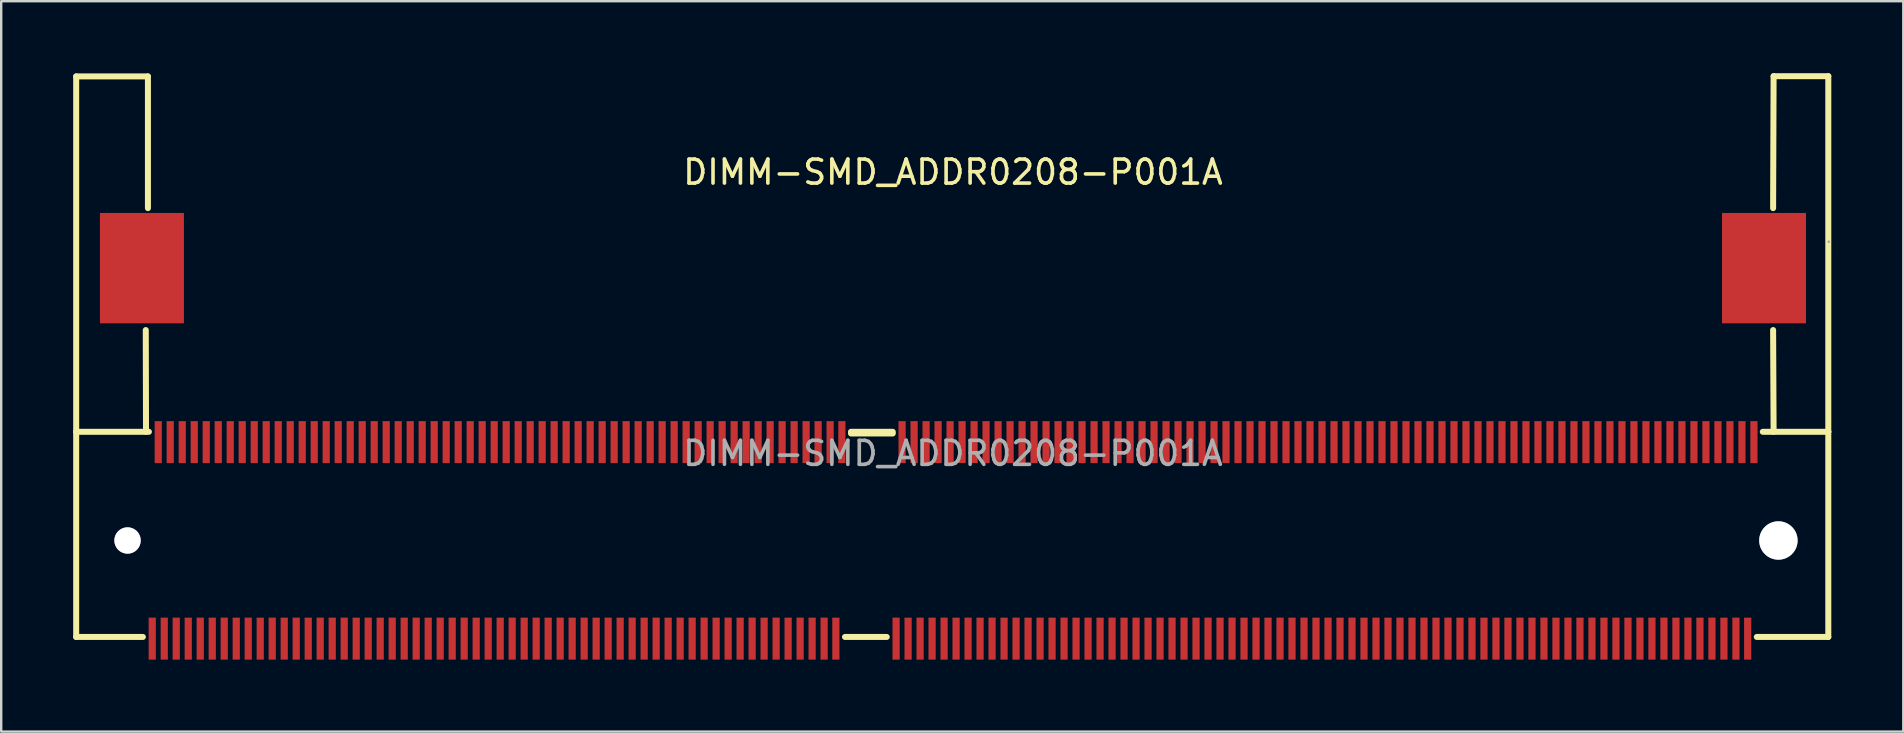
<source format=kicad_pcb>
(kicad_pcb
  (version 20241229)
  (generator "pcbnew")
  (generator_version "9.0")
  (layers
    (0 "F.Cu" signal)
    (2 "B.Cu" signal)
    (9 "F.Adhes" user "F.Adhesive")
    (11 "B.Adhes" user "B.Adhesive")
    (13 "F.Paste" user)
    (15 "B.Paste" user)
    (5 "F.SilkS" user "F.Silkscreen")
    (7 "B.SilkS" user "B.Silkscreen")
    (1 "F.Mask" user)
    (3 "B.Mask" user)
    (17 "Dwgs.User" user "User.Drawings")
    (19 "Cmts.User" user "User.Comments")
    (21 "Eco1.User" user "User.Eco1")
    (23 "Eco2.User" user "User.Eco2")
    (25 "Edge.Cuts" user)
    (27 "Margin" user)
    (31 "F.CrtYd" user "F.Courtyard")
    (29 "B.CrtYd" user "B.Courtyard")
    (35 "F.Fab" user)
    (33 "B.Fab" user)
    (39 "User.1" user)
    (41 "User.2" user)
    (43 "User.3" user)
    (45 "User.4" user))
  (footprint "DIMM-SMD_ADDR0208-P001A"
    (layer "F.Cu")
    (at 36.665 15.845)
    (property "Reference" "DIMM-SMD_ADDR0208-P001A" (at 0 -11.72 0) (layer "F.SilkS") (effects (font (size 1 1) (thickness 0.15))))
    (attr smd)
    (fp_line (start -36.54 -15.71) (end -33.55 -15.71) (stroke (width 0.25) (type solid)) (layer "F.SilkS"))
    (fp_line (start -36.54 -0.9) (end -36.54 -15.71) (stroke (width 0.25) (type solid)) (layer "F.SilkS"))
    (fp_line (start -36.54 -0.9) (end -33.51 -0.9) (stroke (width 0.25) (type solid)) (layer "F.SilkS"))
    (fp_line (start -36.54 7.65) (end -36.54 -0.9) (stroke (width 0.25) (type solid)) (layer "F.SilkS"))
    (fp_line (start -33.76 7.65) (end -36.54 7.65) (stroke (width 0.25) (type solid)) (layer "F.SilkS"))
    (fp_line (start -33.64 -5.14) (end -33.63 -0.9) (stroke (width 0.25) (type solid)) (layer "F.SilkS"))
    (fp_line (start -33.55 -15.71) (end -33.55 -10.22) (stroke (width 0.25) (type solid)) (layer "F.SilkS"))
    (fp_line (start -4.25 -0.9) (end -2.51 -0.9) (stroke (width 0.25) (type solid)) (layer "F.SilkS"))
    (fp_line (start -4.25 -0.83) (end -2.51 -0.83) (stroke (width 0.25) (type solid)) (layer "F.SilkS"))
    (fp_line (start -2.76 7.65) (end -4.5 7.65) (stroke (width 0.25) (type solid)) (layer "F.SilkS"))
    (fp_line (start 33.75 -0.9) (end 36.48 -0.9) (stroke (width 0.25) (type solid)) (layer "F.SilkS"))
    (fp_line (start 34.18 -5.14) (end 34.2 -0.9) (stroke (width 0.25) (type solid)) (layer "F.SilkS"))
    (fp_line (start 34.2 -15.72) (end 34.18 -10.22) (stroke (width 0.25) (type solid)) (layer "F.SilkS"))
    (fp_line (start 36.48 -15.72) (end 34.2 -15.72) (stroke (width 0.25) (type solid)) (layer "F.SilkS"))
    (fp_line (start 36.48 -0.9) (end 36.48 -15.72) (stroke (width 0.25) (type solid)) (layer "F.SilkS"))
    (fp_line (start 36.48 -0.9) (end 36.48 7.65) (stroke (width 0.25) (type solid)) (layer "F.SilkS"))
    (fp_line (start 36.48 7.65) (end 33.5 7.65) (stroke (width 0.25) (type solid)) (layer "F.SilkS"))
    (fp_circle (center -34.4 3.63) (end -34.17 3.63) (stroke (width 0.45) (type solid)) (fill no) (layer "Cmts.User"))
    (fp_circle (center 34.4 3.63) (end 34.75 3.63) (stroke (width 0.7) (type solid)) (fill no) (layer "Cmts.User"))
    (fp_circle (center 36.5 -8.82) (end 36.53 -8.82) (stroke (width 0.06) (type solid)) (fill no) (layer "F.Fab"))
    (fp_text user "${REFERENCE}" (at 0 0 0) (layer "F.Fab") (effects (font (size 1 1) (thickness 0.15))))
    (pad "" thru_hole circle (at -34.4 3.63) (size 1.1 1.1) (drill 1.1) (layers "*.Cu" "*.Mask"))
    (pad "" thru_hole circle (at 34.4 3.63) (size 1.6 1.6) (drill 1.6) (layers "*.Cu" "*.Mask"))
    (pad "1" smd rect (at 33.38 -0.47 180) (size 0.3 1.75) (layers "F.Cu" "F.Mask" "F.Paste"))
    (pad "2" smd rect (at 33.12 7.72 180) (size 0.3 1.75) (layers "F.Cu" "F.Mask" "F.Paste"))
    (pad "3" smd rect (at 32.88 -0.47 180) (size 0.3 1.75) (layers "F.Cu" "F.Mask" "F.Paste"))
    (pad "4" smd rect (at 32.63 7.72 180) (size 0.3 1.75) (layers "F.Cu" "F.Mask" "F.Paste"))
    (pad "5" smd rect (at 32.38 -0.47 180) (size 0.3 1.75) (layers "F.Cu" "F.Mask" "F.Paste"))
    (pad "6" smd rect (at 32.13 7.72 180) (size 0.3 1.75) (layers "F.Cu" "F.Mask" "F.Paste"))
    (pad "7" smd rect (at 31.88 -0.47 180) (size 0.3 1.75) (layers "F.Cu" "F.Mask" "F.Paste"))
    (pad "8" smd rect (at 31.63 7.72 180) (size 0.3 1.75) (layers "F.Cu" "F.Mask" "F.Paste"))
    (pad "9" smd rect (at 31.38 -0.47 180) (size 0.3 1.75) (layers "F.Cu" "F.Mask" "F.Paste"))
    (pad "10" smd rect (at 31.13 7.72 180) (size 0.3 1.75) (layers "F.Cu" "F.Mask" "F.Paste"))
    (pad "11" smd rect (at 30.88 -0.47 180) (size 0.3 1.75) (layers "F.Cu" "F.Mask" "F.Paste"))
    (pad "12" smd rect (at 30.63 7.72 180) (size 0.3 1.75) (layers "F.Cu" "F.Mask" "F.Paste"))
    (pad "13" smd rect (at 30.38 -0.47 180) (size 0.3 1.75) (layers "F.Cu" "F.Mask" "F.Paste"))
    (pad "14" smd rect (at 30.13 7.72 180) (size 0.3 1.75) (layers "F.Cu" "F.Mask" "F.Paste"))
    (pad "15" smd rect (at 29.88 -0.47 180) (size 0.3 1.75) (layers "F.Cu" "F.Mask" "F.Paste"))
    (pad "16" smd rect (at 29.63 7.72 180) (size 0.3 1.75) (layers "F.Cu" "F.Mask" "F.Paste"))
    (pad "17" smd rect (at 29.38 -0.47 180) (size 0.3 1.75) (layers "F.Cu" "F.Mask" "F.Paste"))
    (pad "18" smd rect (at 29.13 7.72 180) (size 0.3 1.75) (layers "F.Cu" "F.Mask" "F.Paste"))
    (pad "19" smd rect (at 28.88 -0.47 180) (size 0.3 1.75) (layers "F.Cu" "F.Mask" "F.Paste"))
    (pad "20" smd rect (at 28.63 7.72 180) (size 0.3 1.75) (layers "F.Cu" "F.Mask" "F.Paste"))
    (pad "21" smd rect (at 28.38 -0.47 180) (size 0.3 1.75) (layers "F.Cu" "F.Mask" "F.Paste"))
    (pad "22" smd rect (at 28.13 7.72 180) (size 0.3 1.75) (layers "F.Cu" "F.Mask" "F.Paste"))
    (pad "23" smd rect (at 27.88 -0.47 180) (size 0.3 1.75) (layers "F.Cu" "F.Mask" "F.Paste"))
    (pad "24" smd rect (at 27.63 7.72 180) (size 0.3 1.75) (layers "F.Cu" "F.Mask" "F.Paste"))
    (pad "25" smd rect (at 27.38 -0.47 180) (size 0.3 1.75) (layers "F.Cu" "F.Mask" "F.Paste"))
    (pad "26" smd rect (at 27.13 7.72 180) (size 0.3 1.75) (layers "F.Cu" "F.Mask" "F.Paste"))
    (pad "27" smd rect (at 26.88 -0.47 180) (size 0.3 1.75) (layers "F.Cu" "F.Mask" "F.Paste"))
    (pad "28" smd rect (at 26.63 7.72 180) (size 0.3 1.75) (layers "F.Cu" "F.Mask" "F.Paste"))
    (pad "29" smd rect (at 26.38 -0.47 180) (size 0.3 1.75) (layers "F.Cu" "F.Mask" "F.Paste"))
    (pad "30" smd rect (at 26.13 7.72 180) (size 0.3 1.75) (layers "F.Cu" "F.Mask" "F.Paste"))
    (pad "31" smd rect (at 25.88 -0.47 180) (size 0.3 1.75) (layers "F.Cu" "F.Mask" "F.Paste"))
    (pad "32" smd rect (at 25.63 7.72 180) (size 0.3 1.75) (layers "F.Cu" "F.Mask" "F.Paste"))
    (pad "33" smd rect (at 25.38 -0.47 180) (size 0.3 1.75) (layers "F.Cu" "F.Mask" "F.Paste"))
    (pad "34" smd rect (at 25.13 7.72 180) (size 0.3 1.75) (layers "F.Cu" "F.Mask" "F.Paste"))
    (pad "35" smd rect (at 24.88 -0.47 180) (size 0.3 1.75) (layers "F.Cu" "F.Mask" "F.Paste"))
    (pad "36" smd rect (at 24.63 7.72 180) (size 0.3 1.75) (layers "F.Cu" "F.Mask" "F.Paste"))
    (pad "37" smd rect (at 24.38 -0.47 180) (size 0.3 1.75) (layers "F.Cu" "F.Mask" "F.Paste"))
    (pad "38" smd rect (at 24.13 7.72 180) (size 0.3 1.75) (layers "F.Cu" "F.Mask" "F.Paste"))
    (pad "39" smd rect (at 23.88 -0.47 180) (size 0.3 1.75) (layers "F.Cu" "F.Mask" "F.Paste"))
    (pad "40" smd rect (at 23.63 7.72 180) (size 0.3 1.75) (layers "F.Cu" "F.Mask" "F.Paste"))
    (pad "41" smd rect (at 23.38 -0.47 180) (size 0.3 1.75) (layers "F.Cu" "F.Mask" "F.Paste"))
    (pad "42" smd rect (at 23.13 7.72 180) (size 0.3 1.75) (layers "F.Cu" "F.Mask" "F.Paste"))
    (pad "43" smd rect (at 22.88 -0.47 180) (size 0.3 1.75) (layers "F.Cu" "F.Mask" "F.Paste"))
    (pad "44" smd rect (at 22.63 7.72 180) (size 0.3 1.75) (layers "F.Cu" "F.Mask" "F.Paste"))
    (pad "45" smd rect (at 22.38 -0.47 180) (size 0.3 1.75) (layers "F.Cu" "F.Mask" "F.Paste"))
    (pad "46" smd rect (at 22.13 7.72 180) (size 0.3 1.75) (layers "F.Cu" "F.Mask" "F.Paste"))
    (pad "47" smd rect (at 21.88 -0.47 180) (size 0.3 1.75) (layers "F.Cu" "F.Mask" "F.Paste"))
    (pad "48" smd rect (at 21.63 7.72 180) (size 0.3 1.75) (layers "F.Cu" "F.Mask" "F.Paste"))
    (pad "49" smd rect (at 21.38 -0.47 180) (size 0.3 1.75) (layers "F.Cu" "F.Mask" "F.Paste"))
    (pad "50" smd rect (at 21.13 7.72 180) (size 0.3 1.75) (layers "F.Cu" "F.Mask" "F.Paste"))
    (pad "51" smd rect (at 20.88 -0.47 180) (size 0.3 1.75) (layers "F.Cu" "F.Mask" "F.Paste"))
    (pad "52" smd rect (at 20.63 7.72 180) (size 0.3 1.75) (layers "F.Cu" "F.Mask" "F.Paste"))
    (pad "53" smd rect (at 20.38 -0.47 180) (size 0.3 1.75) (layers "F.Cu" "F.Mask" "F.Paste"))
    (pad "54" smd rect (at 20.13 7.72 180) (size 0.3 1.75) (layers "F.Cu" "F.Mask" "F.Paste"))
    (pad "55" smd rect (at 19.88 -0.47 180) (size 0.3 1.75) (layers "F.Cu" "F.Mask" "F.Paste"))
    (pad "56" smd rect (at 19.63 7.72 180) (size 0.3 1.75) (layers "F.Cu" "F.Mask" "F.Paste"))
    (pad "57" smd rect (at 19.38 -0.47 180) (size 0.3 1.75) (layers "F.Cu" "F.Mask" "F.Paste"))
    (pad "58" smd rect (at 19.13 7.72 180) (size 0.3 1.75) (layers "F.Cu" "F.Mask" "F.Paste"))
    (pad "59" smd rect (at 18.88 -0.47 180) (size 0.3 1.75) (layers "F.Cu" "F.Mask" "F.Paste"))
    (pad "60" smd rect (at 18.63 7.72 180) (size 0.3 1.75) (layers "F.Cu" "F.Mask" "F.Paste"))
    (pad "61" smd rect (at 18.38 -0.47 180) (size 0.3 1.75) (layers "F.Cu" "F.Mask" "F.Paste"))
    (pad "62" smd rect (at 18.13 7.72 180) (size 0.3 1.75) (layers "F.Cu" "F.Mask" "F.Paste"))
    (pad "63" smd rect (at 17.88 -0.47 180) (size 0.3 1.75) (layers "F.Cu" "F.Mask" "F.Paste"))
    (pad "64" smd rect (at 17.63 7.72 180) (size 0.3 1.75) (layers "F.Cu" "F.Mask" "F.Paste"))
    (pad "65" smd rect (at 17.38 -0.47 180) (size 0.3 1.75) (layers "F.Cu" "F.Mask" "F.Paste"))
    (pad "66" smd rect (at 17.13 7.72 180) (size 0.3 1.75) (layers "F.Cu" "F.Mask" "F.Paste"))
    (pad "67" smd rect (at 16.88 -0.47 180) (size 0.3 1.75) (layers "F.Cu" "F.Mask" "F.Paste"))
    (pad "68" smd rect (at 16.63 7.72 180) (size 0.3 1.75) (layers "F.Cu" "F.Mask" "F.Paste"))
    (pad "69" smd rect (at 16.38 -0.47 180) (size 0.3 1.75) (layers "F.Cu" "F.Mask" "F.Paste"))
    (pad "70" smd rect (at 16.13 7.72 180) (size 0.3 1.75) (layers "F.Cu" "F.Mask" "F.Paste"))
    (pad "71" smd rect (at 15.88 -0.47 180) (size 0.3 1.75) (layers "F.Cu" "F.Mask" "F.Paste"))
    (pad "72" smd rect (at 15.63 7.72 180) (size 0.3 1.75) (layers "F.Cu" "F.Mask" "F.Paste"))
    (pad "73" smd rect (at 15.38 -0.47 180) (size 0.3 1.75) (layers "F.Cu" "F.Mask" "F.Paste"))
    (pad "74" smd rect (at 15.13 7.72 180) (size 0.3 1.75) (layers "F.Cu" "F.Mask" "F.Paste"))
    (pad "75" smd rect (at 14.88 -0.47 180) (size 0.3 1.75) (layers "F.Cu" "F.Mask" "F.Paste"))
    (pad "76" smd rect (at 14.63 7.72 180) (size 0.3 1.75) (layers "F.Cu" "F.Mask" "F.Paste"))
    (pad "77" smd rect (at 14.38 -0.47 180) (size 0.3 1.75) (layers "F.Cu" "F.Mask" "F.Paste"))
    (pad "78" smd rect (at 14.13 7.72 180) (size 0.3 1.75) (layers "F.Cu" "F.Mask" "F.Paste"))
    (pad "79" smd rect (at 13.88 -0.47 180) (size 0.3 1.75) (layers "F.Cu" "F.Mask" "F.Paste"))
    (pad "80" smd rect (at 13.63 7.72 180) (size 0.3 1.75) (layers "F.Cu" "F.Mask" "F.Paste"))
    (pad "81" smd rect (at 13.38 -0.47 180) (size 0.3 1.75) (layers "F.Cu" "F.Mask" "F.Paste"))
    (pad "82" smd rect (at 13.13 7.72 180) (size 0.3 1.75) (layers "F.Cu" "F.Mask" "F.Paste"))
    (pad "83" smd rect (at 12.88 -0.47 180) (size 0.3 1.75) (layers "F.Cu" "F.Mask" "F.Paste"))
    (pad "84" smd rect (at 12.63 7.72 180) (size 0.3 1.75) (layers "F.Cu" "F.Mask" "F.Paste"))
    (pad "85" smd rect (at 12.38 -0.47 180) (size 0.3 1.75) (layers "F.Cu" "F.Mask" "F.Paste"))
    (pad "86" smd rect (at 12.13 7.72 180) (size 0.3 1.75) (layers "F.Cu" "F.Mask" "F.Paste"))
    (pad "87" smd rect (at 11.88 -0.47 180) (size 0.3 1.75) (layers "F.Cu" "F.Mask" "F.Paste"))
    (pad "88" smd rect (at 11.63 7.72 180) (size 0.3 1.75) (layers "F.Cu" "F.Mask" "F.Paste"))
    (pad "89" smd rect (at 11.38 -0.47 180) (size 0.3 1.75) (layers "F.Cu" "F.Mask" "F.Paste"))
    (pad "90" smd rect (at 11.13 7.72 180) (size 0.3 1.75) (layers "F.Cu" "F.Mask" "F.Paste"))
    (pad "91" smd rect (at 10.88 -0.47 180) (size 0.3 1.75) (layers "F.Cu" "F.Mask" "F.Paste"))
    (pad "92" smd rect (at 10.63 7.72 180) (size 0.3 1.75) (layers "F.Cu" "F.Mask" "F.Paste"))
    (pad "93" smd rect (at 10.38 -0.47 180) (size 0.3 1.75) (layers "F.Cu" "F.Mask" "F.Paste"))
    (pad "94" smd rect (at 10.13 7.72 180) (size 0.3 1.75) (layers "F.Cu" "F.Mask" "F.Paste"))
    (pad "95" smd rect (at 9.88 -0.47 180) (size 0.3 1.75) (layers "F.Cu" "F.Mask" "F.Paste"))
    (pad "96" smd rect (at 9.63 7.72 180) (size 0.3 1.75) (layers "F.Cu" "F.Mask" "F.Paste"))
    (pad "97" smd rect (at 9.38 -0.47 180) (size 0.3 1.75) (layers "F.Cu" "F.Mask" "F.Paste"))
    (pad "98" smd rect (at 9.13 7.72 180) (size 0.3 1.75) (layers "F.Cu" "F.Mask" "F.Paste"))
    (pad "99" smd rect (at 8.88 -0.47 180) (size 0.3 1.75) (layers "F.Cu" "F.Mask" "F.Paste"))
    (pad "100" smd rect (at 8.63 7.72 180) (size 0.3 1.75) (layers "F.Cu" "F.Mask" "F.Paste"))
    (pad "101" smd rect (at 8.38 -0.47 180) (size 0.3 1.75) (layers "F.Cu" "F.Mask" "F.Paste"))
    (pad "102" smd rect (at 8.13 7.72 180) (size 0.3 1.75) (layers "F.Cu" "F.Mask" "F.Paste"))
    (pad "103" smd rect (at 7.88 -0.47 180) (size 0.3 1.75) (layers "F.Cu" "F.Mask" "F.Paste"))
    (pad "104" smd rect (at 7.63 7.72 180) (size 0.3 1.75) (layers "F.Cu" "F.Mask" "F.Paste"))
    (pad "105" smd rect (at 7.38 -0.47 180) (size 0.3 1.75) (layers "F.Cu" "F.Mask" "F.Paste"))
    (pad "106" smd rect (at 7.13 7.72 180) (size 0.3 1.75) (layers "F.Cu" "F.Mask" "F.Paste"))
    (pad "107" smd rect (at 6.88 -0.47 180) (size 0.3 1.75) (layers "F.Cu" "F.Mask" "F.Paste"))
    (pad "108" smd rect (at 6.63 7.72 180) (size 0.3 1.75) (layers "F.Cu" "F.Mask" "F.Paste"))
    (pad "109" smd rect (at 6.38 -0.47 180) (size 0.3 1.75) (layers "F.Cu" "F.Mask" "F.Paste"))
    (pad "110" smd rect (at 6.13 7.72 180) (size 0.3 1.75) (layers "F.Cu" "F.Mask" "F.Paste"))
    (pad "111" smd rect (at 5.88 -0.47 180) (size 0.3 1.75) (layers "F.Cu" "F.Mask" "F.Paste"))
    (pad "112" smd rect (at 5.63 7.72 180) (size 0.3 1.75) (layers "F.Cu" "F.Mask" "F.Paste"))
    (pad "113" smd rect (at 5.38 -0.47 180) (size 0.3 1.75) (layers "F.Cu" "F.Mask" "F.Paste"))
    (pad "114" smd rect (at 5.13 7.72 180) (size 0.3 1.75) (layers "F.Cu" "F.Mask" "F.Paste"))
    (pad "115" smd rect (at 4.88 -0.47 180) (size 0.3 1.75) (layers "F.Cu" "F.Mask" "F.Paste"))
    (pad "116" smd rect (at 4.63 7.72 180) (size 0.3 1.75) (layers "F.Cu" "F.Mask" "F.Paste"))
    (pad "117" smd rect (at 4.38 -0.47 180) (size 0.3 1.75) (layers "F.Cu" "F.Mask" "F.Paste"))
    (pad "118" smd rect (at 4.13 7.72 180) (size 0.3 1.75) (layers "F.Cu" "F.Mask" "F.Paste"))
    (pad "119" smd rect (at 3.88 -0.47 180) (size 0.3 1.75) (layers "F.Cu" "F.Mask" "F.Paste"))
    (pad "120" smd rect (at 3.63 7.72 180) (size 0.3 1.75) (layers "F.Cu" "F.Mask" "F.Paste"))
    (pad "121" smd rect (at 3.38 -0.47 180) (size 0.3 1.75) (layers "F.Cu" "F.Mask" "F.Paste"))
    (pad "122" smd rect (at 3.13 7.72 180) (size 0.3 1.75) (layers "F.Cu" "F.Mask" "F.Paste"))
    (pad "123" smd rect (at 2.88 -0.47 180) (size 0.3 1.75) (layers "F.Cu" "F.Mask" "F.Paste"))
    (pad "124" smd rect (at 2.63 7.72 180) (size 0.3 1.75) (layers "F.Cu" "F.Mask" "F.Paste"))
    (pad "125" smd rect (at 2.38 -0.47 180) (size 0.3 1.75) (layers "F.Cu" "F.Mask" "F.Paste"))
    (pad "126" smd rect (at 2.13 7.72 180) (size 0.3 1.75) (layers "F.Cu" "F.Mask" "F.Paste"))
    (pad "127" smd rect (at 1.88 -0.47 180) (size 0.3 1.75) (layers "F.Cu" "F.Mask" "F.Paste"))
    (pad "128" smd rect (at 1.63 7.72 180) (size 0.3 1.75) (layers "F.Cu" "F.Mask" "F.Paste"))
    (pad "129" smd rect (at 1.38 -0.47 180) (size 0.3 1.75) (layers "F.Cu" "F.Mask" "F.Paste"))
    (pad "130" smd rect (at 1.13 7.72 180) (size 0.3 1.75) (layers "F.Cu" "F.Mask" "F.Paste"))
    (pad "131" smd rect (at 0.88 -0.47 180) (size 0.3 1.75) (layers "F.Cu" "F.Mask" "F.Paste"))
    (pad "132" smd rect (at 0.63 7.72 180) (size 0.3 1.75) (layers "F.Cu" "F.Mask" "F.Paste"))
    (pad "133" smd rect (at 0.38 -0.47 180) (size 0.3 1.75) (layers "F.Cu" "F.Mask" "F.Paste"))
    (pad "134" smd rect (at 0.13 7.72 180) (size 0.3 1.75) (layers "F.Cu" "F.Mask" "F.Paste"))
    (pad "135" smd rect (at -0.12 -0.47 180) (size 0.3 1.75) (layers "F.Cu" "F.Mask" "F.Paste"))
    (pad "136" smd rect (at -0.37 7.72 180) (size 0.3 1.75) (layers "F.Cu" "F.Mask" "F.Paste"))
    (pad "137" smd rect (at -0.62 -0.47 180) (size 0.3 1.75) (layers "F.Cu" "F.Mask" "F.Paste"))
    (pad "138" smd rect (at -0.87 7.72 180) (size 0.3 1.75) (layers "F.Cu" "F.Mask" "F.Paste"))
    (pad "139" smd rect (at -1.12 -0.47 180) (size 0.3 1.75) (layers "F.Cu" "F.Mask" "F.Paste"))
    (pad "140" smd rect (at -1.37 7.72 180) (size 0.3 1.75) (layers "F.Cu" "F.Mask" "F.Paste"))
    (pad "141" smd rect (at -1.62 -0.47 180) (size 0.3 1.75) (layers "F.Cu" "F.Mask" "F.Paste"))
    (pad "142" smd rect (at -1.87 7.72 180) (size 0.3 1.75) (layers "F.Cu" "F.Mask" "F.Paste"))
    (pad "143" smd rect (at -2.12 -0.47 180) (size 0.3 1.75) (layers "F.Cu" "F.Mask" "F.Paste"))
    (pad "144" smd rect (at -2.37 7.72 180) (size 0.3 1.75) (layers "F.Cu" "F.Mask" "F.Paste"))
    (pad "145" smd rect (at -4.63 -0.47 180) (size 0.3 1.75) (layers "F.Cu" "F.Mask" "F.Paste"))
    (pad "146" smd rect (at -4.88 7.72 180) (size 0.3 1.75) (layers "F.Cu" "F.Mask" "F.Paste"))
    (pad "147" smd rect (at -5.12 -0.47 180) (size 0.3 1.75) (layers "F.Cu" "F.Mask" "F.Paste"))
    (pad "148" smd rect (at -5.37 7.72 180) (size 0.3 1.75) (layers "F.Cu" "F.Mask" "F.Paste"))
    (pad "149" smd rect (at -5.62 -0.47 180) (size 0.3 1.75) (layers "F.Cu" "F.Mask" "F.Paste"))
    (pad "150" smd rect (at -5.87 7.72 180) (size 0.3 1.75) (layers "F.Cu" "F.Mask" "F.Paste"))
    (pad "151" smd rect (at -6.12 -0.47 180) (size 0.3 1.75) (layers "F.Cu" "F.Mask" "F.Paste"))
    (pad "152" smd rect (at -6.37 7.72 180) (size 0.3 1.75) (layers "F.Cu" "F.Mask" "F.Paste"))
    (pad "153" smd rect (at -6.62 -0.47 180) (size 0.3 1.75) (layers "F.Cu" "F.Mask" "F.Paste"))
    (pad "154" smd rect (at -6.87 7.72 180) (size 0.3 1.75) (layers "F.Cu" "F.Mask" "F.Paste"))
    (pad "155" smd rect (at -7.12 -0.47 180) (size 0.3 1.75) (layers "F.Cu" "F.Mask" "F.Paste"))
    (pad "156" smd rect (at -7.37 7.72 180) (size 0.3 1.75) (layers "F.Cu" "F.Mask" "F.Paste"))
    (pad "157" smd rect (at -7.62 -0.47 180) (size 0.3 1.75) (layers "F.Cu" "F.Mask" "F.Paste"))
    (pad "158" smd rect (at -7.87 7.72 180) (size 0.3 1.75) (layers "F.Cu" "F.Mask" "F.Paste"))
    (pad "159" smd rect (at -8.12 -0.47 180) (size 0.3 1.75) (layers "F.Cu" "F.Mask" "F.Paste"))
    (pad "160" smd rect (at -8.37 7.72 180) (size 0.3 1.75) (layers "F.Cu" "F.Mask" "F.Paste"))
    (pad "161" smd rect (at -8.62 -0.47 180) (size 0.3 1.75) (layers "F.Cu" "F.Mask" "F.Paste"))
    (pad "162" smd rect (at -8.87 7.72 180) (size 0.3 1.75) (layers "F.Cu" "F.Mask" "F.Paste"))
    (pad "163" smd rect (at -9.12 -0.47 180) (size 0.3 1.75) (layers "F.Cu" "F.Mask" "F.Paste"))
    (pad "164" smd rect (at -9.37 7.72 180) (size 0.3 1.75) (layers "F.Cu" "F.Mask" "F.Paste"))
    (pad "165" smd rect (at -9.62 -0.47 180) (size 0.3 1.75) (layers "F.Cu" "F.Mask" "F.Paste"))
    (pad "166" smd rect (at -9.87 7.72 180) (size 0.3 1.75) (layers "F.Cu" "F.Mask" "F.Paste"))
    (pad "167" smd rect (at -10.12 -0.47 180) (size 0.3 1.75) (layers "F.Cu" "F.Mask" "F.Paste"))
    (pad "168" smd rect (at -10.37 7.72 180) (size 0.3 1.75) (layers "F.Cu" "F.Mask" "F.Paste"))
    (pad "169" smd rect (at -10.62 -0.47 180) (size 0.3 1.75) (layers "F.Cu" "F.Mask" "F.Paste"))
    (pad "170" smd rect (at -10.87 7.72 180) (size 0.3 1.75) (layers "F.Cu" "F.Mask" "F.Paste"))
    (pad "171" smd rect (at -11.12 -0.47 180) (size 0.3 1.75) (layers "F.Cu" "F.Mask" "F.Paste"))
    (pad "172" smd rect (at -11.37 7.72 180) (size 0.3 1.75) (layers "F.Cu" "F.Mask" "F.Paste"))
    (pad "173" smd rect (at -11.62 -0.47 180) (size 0.3 1.75) (layers "F.Cu" "F.Mask" "F.Paste"))
    (pad "174" smd rect (at -11.87 7.72 180) (size 0.3 1.75) (layers "F.Cu" "F.Mask" "F.Paste"))
    (pad "175" smd rect (at -12.12 -0.47 180) (size 0.3 1.75) (layers "F.Cu" "F.Mask" "F.Paste"))
    (pad "176" smd rect (at -12.37 7.72 180) (size 0.3 1.75) (layers "F.Cu" "F.Mask" "F.Paste"))
    (pad "177" smd rect (at -12.62 -0.47 180) (size 0.3 1.75) (layers "F.Cu" "F.Mask" "F.Paste"))
    (pad "178" smd rect (at -12.87 7.72 180) (size 0.3 1.75) (layers "F.Cu" "F.Mask" "F.Paste"))
    (pad "179" smd rect (at -13.12 -0.47 180) (size 0.3 1.75) (layers "F.Cu" "F.Mask" "F.Paste"))
    (pad "180" smd rect (at -13.37 7.72 180) (size 0.3 1.75) (layers "F.Cu" "F.Mask" "F.Paste"))
    (pad "181" smd rect (at -13.62 -0.47 180) (size 0.3 1.75) (layers "F.Cu" "F.Mask" "F.Paste"))
    (pad "182" smd rect (at -13.87 7.72 180) (size 0.3 1.75) (layers "F.Cu" "F.Mask" "F.Paste"))
    (pad "183" smd rect (at -14.12 -0.47 180) (size 0.3 1.75) (layers "F.Cu" "F.Mask" "F.Paste"))
    (pad "184" smd rect (at -14.37 7.72 180) (size 0.3 1.75) (layers "F.Cu" "F.Mask" "F.Paste"))
    (pad "185" smd rect (at -14.62 -0.47 180) (size 0.3 1.75) (layers "F.Cu" "F.Mask" "F.Paste"))
    (pad "186" smd rect (at -14.87 7.72 180) (size 0.3 1.75) (layers "F.Cu" "F.Mask" "F.Paste"))
    (pad "187" smd rect (at -15.12 -0.47 180) (size 0.3 1.75) (layers "F.Cu" "F.Mask" "F.Paste"))
    (pad "188" smd rect (at -15.37 7.72 180) (size 0.3 1.75) (layers "F.Cu" "F.Mask" "F.Paste"))
    (pad "189" smd rect (at -15.62 -0.47 180) (size 0.3 1.75) (layers "F.Cu" "F.Mask" "F.Paste"))
    (pad "190" smd rect (at -15.87 7.72 180) (size 0.3 1.75) (layers "F.Cu" "F.Mask" "F.Paste"))
    (pad "191" smd rect (at -16.12 -0.47 180) (size 0.3 1.75) (layers "F.Cu" "F.Mask" "F.Paste"))
    (pad "192" smd rect (at -16.37 7.72 180) (size 0.3 1.75) (layers "F.Cu" "F.Mask" "F.Paste"))
    (pad "193" smd rect (at -16.62 -0.47 180) (size 0.3 1.75) (layers "F.Cu" "F.Mask" "F.Paste"))
    (pad "194" smd rect (at -16.87 7.72 180) (size 0.3 1.75) (layers "F.Cu" "F.Mask" "F.Paste"))
    (pad "195" smd rect (at -17.12 -0.47 180) (size 0.3 1.75) (layers "F.Cu" "F.Mask" "F.Paste"))
    (pad "196" smd rect (at -17.37 7.72 180) (size 0.3 1.75) (layers "F.Cu" "F.Mask" "F.Paste"))
    (pad "197" smd rect (at -17.62 -0.47 180) (size 0.3 1.75) (layers "F.Cu" "F.Mask" "F.Paste"))
    (pad "198" smd rect (at -17.87 7.72 180) (size 0.3 1.75) (layers "F.Cu" "F.Mask" "F.Paste"))
    (pad "199" smd rect (at -18.12 -0.47 180) (size 0.3 1.75) (layers "F.Cu" "F.Mask" "F.Paste"))
    (pad "200" smd rect (at -18.37 7.72 180) (size 0.3 1.75) (layers "F.Cu" "F.Mask" "F.Paste"))
    (pad "201" smd rect (at -18.62 -0.47 180) (size 0.3 1.75) (layers "F.Cu" "F.Mask" "F.Paste"))
    (pad "202" smd rect (at -18.87 7.72 180) (size 0.3 1.75) (layers "F.Cu" "F.Mask" "F.Paste"))
    (pad "203" smd rect (at -19.12 -0.47 180) (size 0.3 1.75) (layers "F.Cu" "F.Mask" "F.Paste"))
    (pad "204" smd rect (at -19.37 7.72 180) (size 0.3 1.75) (layers "F.Cu" "F.Mask" "F.Paste"))
    (pad "205" smd rect (at -19.62 -0.47 180) (size 0.3 1.75) (layers "F.Cu" "F.Mask" "F.Paste"))
    (pad "206" smd rect (at -19.87 7.72 180) (size 0.3 1.75) (layers "F.Cu" "F.Mask" "F.Paste"))
    (pad "207" smd rect (at -20.12 -0.47 180) (size 0.3 1.75) (layers "F.Cu" "F.Mask" "F.Paste"))
    (pad "208" smd rect (at -20.37 7.72 180) (size 0.3 1.75) (layers "F.Cu" "F.Mask" "F.Paste"))
    (pad "209" smd rect (at -20.62 -0.47 180) (size 0.3 1.75) (layers "F.Cu" "F.Mask" "F.Paste"))
    (pad "210" smd rect (at -20.87 7.72 180) (size 0.3 1.75) (layers "F.Cu" "F.Mask" "F.Paste"))
    (pad "211" smd rect (at -21.12 -0.47 180) (size 0.3 1.75) (layers "F.Cu" "F.Mask" "F.Paste"))
    (pad "212" smd rect (at -21.37 7.72 180) (size 0.3 1.75) (layers "F.Cu" "F.Mask" "F.Paste"))
    (pad "213" smd rect (at -21.62 -0.47 180) (size 0.3 1.75) (layers "F.Cu" "F.Mask" "F.Paste"))
    (pad "214" smd rect (at -21.87 7.72 180) (size 0.3 1.75) (layers "F.Cu" "F.Mask" "F.Paste"))
    (pad "215" smd rect (at -22.12 -0.47 180) (size 0.3 1.75) (layers "F.Cu" "F.Mask" "F.Paste"))
    (pad "216" smd rect (at -22.37 7.72 180) (size 0.3 1.75) (layers "F.Cu" "F.Mask" "F.Paste"))
    (pad "217" smd rect (at -22.62 -0.47 180) (size 0.3 1.75) (layers "F.Cu" "F.Mask" "F.Paste"))
    (pad "218" smd rect (at -22.87 7.72 180) (size 0.3 1.75) (layers "F.Cu" "F.Mask" "F.Paste"))
    (pad "219" smd rect (at -23.12 -0.47 180) (size 0.3 1.75) (layers "F.Cu" "F.Mask" "F.Paste"))
    (pad "220" smd rect (at -23.37 7.72 180) (size 0.3 1.75) (layers "F.Cu" "F.Mask" "F.Paste"))
    (pad "221" smd rect (at -23.62 -0.47 180) (size 0.3 1.75) (layers "F.Cu" "F.Mask" "F.Paste"))
    (pad "222" smd rect (at -23.87 7.72 180) (size 0.3 1.75) (layers "F.Cu" "F.Mask" "F.Paste"))
    (pad "223" smd rect (at -24.12 -0.47 180) (size 0.3 1.75) (layers "F.Cu" "F.Mask" "F.Paste"))
    (pad "224" smd rect (at -24.37 7.72 180) (size 0.3 1.75) (layers "F.Cu" "F.Mask" "F.Paste"))
    (pad "225" smd rect (at -24.62 -0.47 180) (size 0.3 1.75) (layers "F.Cu" "F.Mask" "F.Paste"))
    (pad "226" smd rect (at -24.87 7.72 180) (size 0.3 1.75) (layers "F.Cu" "F.Mask" "F.Paste"))
    (pad "227" smd rect (at -25.12 -0.47 180) (size 0.3 1.75) (layers "F.Cu" "F.Mask" "F.Paste"))
    (pad "228" smd rect (at -25.37 7.72 180) (size 0.3 1.75) (layers "F.Cu" "F.Mask" "F.Paste"))
    (pad "229" smd rect (at -25.62 -0.47 180) (size 0.3 1.75) (layers "F.Cu" "F.Mask" "F.Paste"))
    (pad "230" smd rect (at -25.87 7.72 180) (size 0.3 1.75) (layers "F.Cu" "F.Mask" "F.Paste"))
    (pad "231" smd rect (at -26.12 -0.47 180) (size 0.3 1.75) (layers "F.Cu" "F.Mask" "F.Paste"))
    (pad "232" smd rect (at -26.37 7.72 180) (size 0.3 1.75) (layers "F.Cu" "F.Mask" "F.Paste"))
    (pad "233" smd rect (at -26.62 -0.47 180) (size 0.3 1.75) (layers "F.Cu" "F.Mask" "F.Paste"))
    (pad "234" smd rect (at -26.87 7.72 180) (size 0.3 1.75) (layers "F.Cu" "F.Mask" "F.Paste"))
    (pad "235" smd rect (at -27.12 -0.47 180) (size 0.3 1.75) (layers "F.Cu" "F.Mask" "F.Paste"))
    (pad "236" smd rect (at -27.37 7.72 180) (size 0.3 1.75) (layers "F.Cu" "F.Mask" "F.Paste"))
    (pad "237" smd rect (at -27.62 -0.47 180) (size 0.3 1.75) (layers "F.Cu" "F.Mask" "F.Paste"))
    (pad "238" smd rect (at -27.87 7.72 180) (size 0.3 1.75) (layers "F.Cu" "F.Mask" "F.Paste"))
    (pad "239" smd rect (at -28.12 -0.47 180) (size 0.3 1.75) (layers "F.Cu" "F.Mask" "F.Paste"))
    (pad "240" smd rect (at -28.37 7.72 180) (size 0.3 1.75) (layers "F.Cu" "F.Mask" "F.Paste"))
    (pad "241" smd rect (at -28.62 -0.47 180) (size 0.3 1.75) (layers "F.Cu" "F.Mask" "F.Paste"))
    (pad "242" smd rect (at -28.87 7.72 180) (size 0.3 1.75) (layers "F.Cu" "F.Mask" "F.Paste"))
    (pad "243" smd rect (at -29.12 -0.47 180) (size 0.3 1.75) (layers "F.Cu" "F.Mask" "F.Paste"))
    (pad "244" smd rect (at -29.37 7.72 180) (size 0.3 1.75) (layers "F.Cu" "F.Mask" "F.Paste"))
    (pad "245" smd rect (at -29.62 -0.47 180) (size 0.3 1.75) (layers "F.Cu" "F.Mask" "F.Paste"))
    (pad "246" smd rect (at -29.87 7.72 180) (size 0.3 1.75) (layers "F.Cu" "F.Mask" "F.Paste"))
    (pad "247" smd rect (at -30.12 -0.47 180) (size 0.3 1.75) (layers "F.Cu" "F.Mask" "F.Paste"))
    (pad "248" smd rect (at -30.37 7.72 180) (size 0.3 1.75) (layers "F.Cu" "F.Mask" "F.Paste"))
    (pad "249" smd rect (at -30.62 -0.47 180) (size 0.3 1.75) (layers "F.Cu" "F.Mask" "F.Paste"))
    (pad "250" smd rect (at -30.87 7.72 180) (size 0.3 1.75) (layers "F.Cu" "F.Mask" "F.Paste"))
    (pad "251" smd rect (at -31.12 -0.47 180) (size 0.3 1.75) (layers "F.Cu" "F.Mask" "F.Paste"))
    (pad "252" smd rect (at -31.37 7.72 180) (size 0.3 1.75) (layers "F.Cu" "F.Mask" "F.Paste"))
    (pad "253" smd rect (at -31.62 -0.47 180) (size 0.3 1.75) (layers "F.Cu" "F.Mask" "F.Paste"))
    (pad "254" smd rect (at -31.87 7.72 180) (size 0.3 1.75) (layers "F.Cu" "F.Mask" "F.Paste"))
    (pad "255" smd rect (at -32.12 -0.47 180) (size 0.3 1.75) (layers "F.Cu" "F.Mask" "F.Paste"))
    (pad "256" smd rect (at -32.37 7.72 180) (size 0.3 1.75) (layers "F.Cu" "F.Mask" "F.Paste"))
    (pad "257" smd rect (at -32.62 -0.47 180) (size 0.3 1.75) (layers "F.Cu" "F.Mask" "F.Paste"))
    (pad "258" smd rect (at -32.87 7.72 180) (size 0.3 1.75) (layers "F.Cu" "F.Mask" "F.Paste"))
    (pad "259" smd rect (at -33.12 -0.47 180) (size 0.3 1.75) (layers "F.Cu" "F.Mask" "F.Paste"))
    (pad "260" smd rect (at -33.37 7.72 180) (size 0.3 1.75) (layers "F.Cu" "F.Mask" "F.Paste"))
    (pad "261" smd rect (at -33.8 -7.72 180) (size 3.5 4.6) (layers "F.Cu" "F.Mask" "F.Paste"))
    (pad "261" smd rect (at 33.8 -7.72 180) (size 3.5 4.6) (layers "F.Cu" "F.Mask" "F.Paste")))
  (gr_rect
    (start -3 -3)
    (end 76.27 27.44)
    (stroke (width 0.1) (type default))
    (fill no)
    (layer "Edge.Cuts")))
</source>
